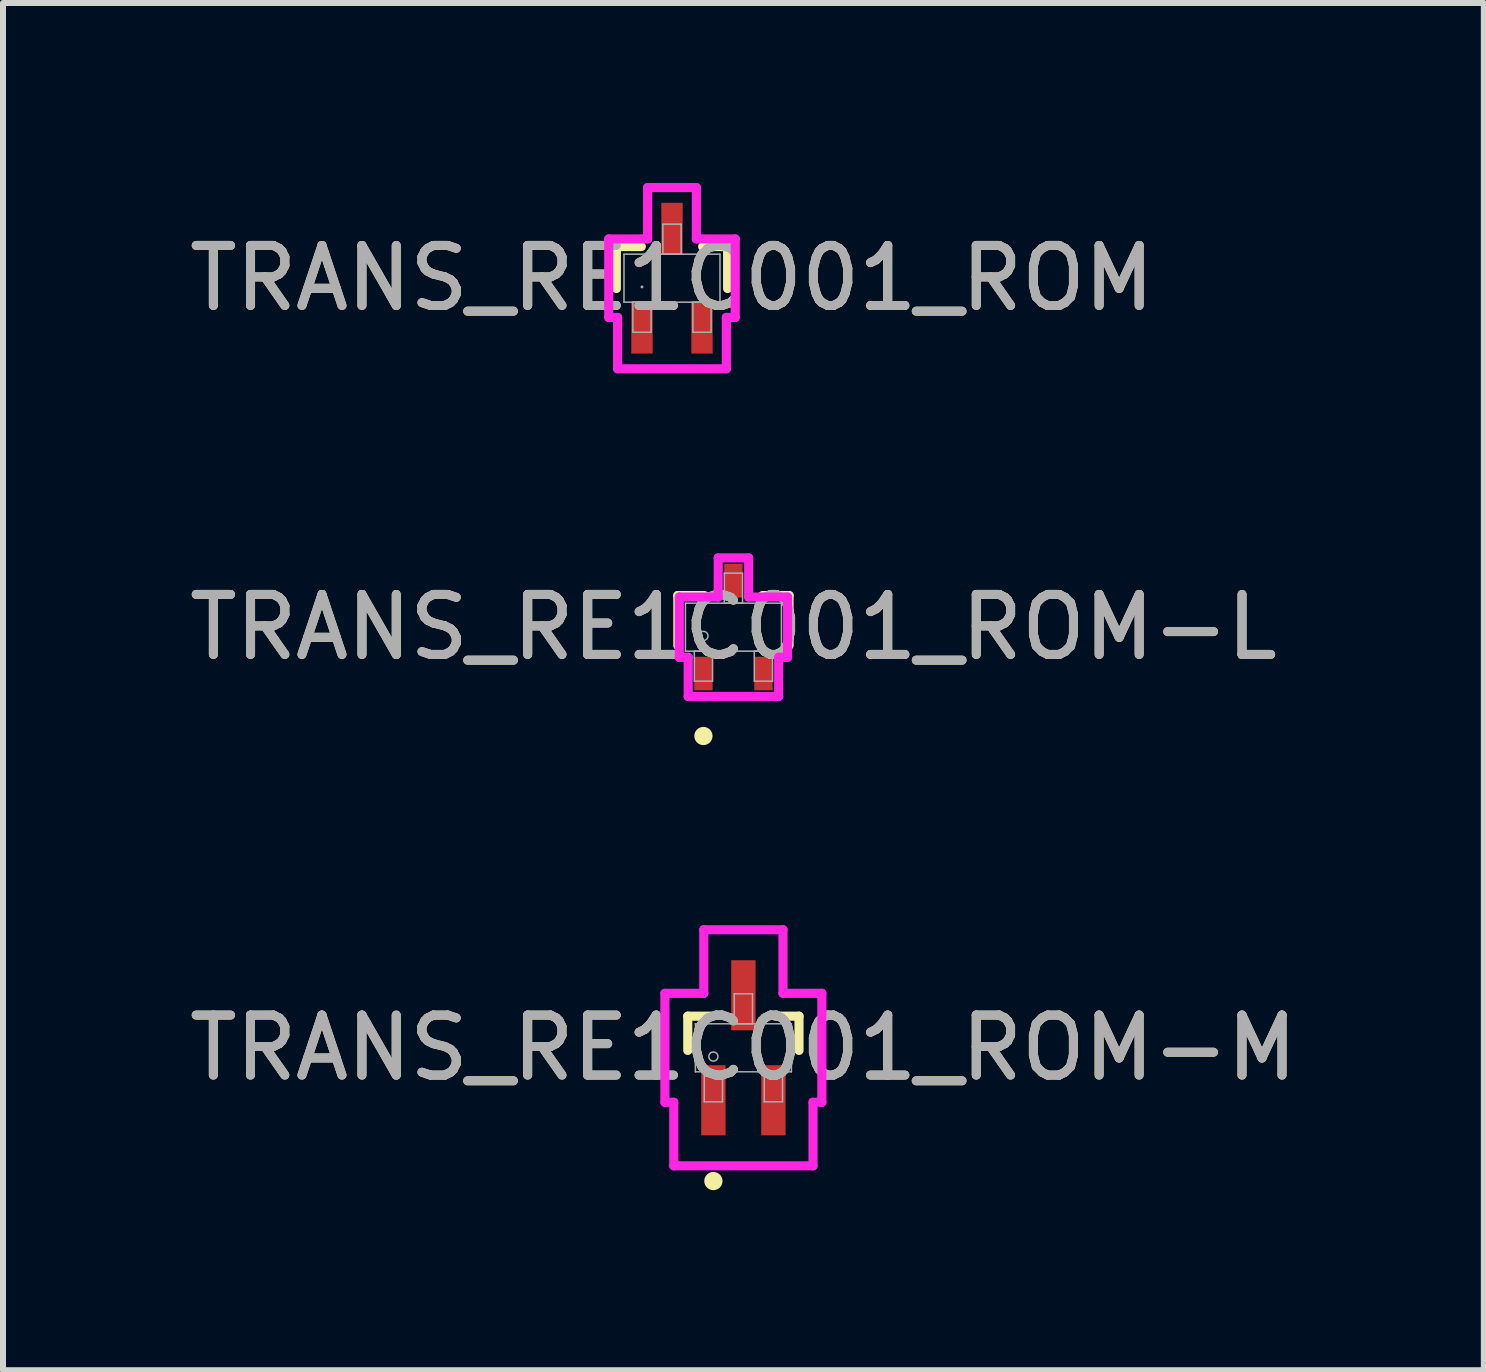
<source format=kicad_pcb>
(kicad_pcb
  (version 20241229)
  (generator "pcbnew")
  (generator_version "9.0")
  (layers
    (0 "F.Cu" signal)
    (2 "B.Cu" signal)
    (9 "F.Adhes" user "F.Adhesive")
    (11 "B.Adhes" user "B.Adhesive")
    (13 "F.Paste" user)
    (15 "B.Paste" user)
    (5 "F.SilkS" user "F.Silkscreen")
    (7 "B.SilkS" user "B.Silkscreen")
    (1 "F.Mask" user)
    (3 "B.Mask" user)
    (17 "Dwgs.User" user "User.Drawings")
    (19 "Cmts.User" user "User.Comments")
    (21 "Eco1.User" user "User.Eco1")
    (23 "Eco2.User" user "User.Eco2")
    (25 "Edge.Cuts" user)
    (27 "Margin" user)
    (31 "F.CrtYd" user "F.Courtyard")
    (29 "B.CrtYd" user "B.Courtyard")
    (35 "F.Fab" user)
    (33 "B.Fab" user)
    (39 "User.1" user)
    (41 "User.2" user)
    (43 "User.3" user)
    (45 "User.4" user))
  (footprint "TRANS_RE1C001_ROM-L"
    (layer "F.Cu")
    (at 9.173 7.402)
    (property "Reference" "TRANS_RE1C001_ROM-L" (at 0 0 0) (unlocked yes) (layer "F.SilkS") (effects (font (size 1 1) (thickness 0.15))))
    (attr smd)
    (fp_line (start -0.927 -0.527) (end -0.927 0.306) (stroke (width 0.152) (type solid)) (layer "F.SilkS"))
    (fp_line (start -0.485 -0.527) (end -0.927 -0.527) (stroke (width 0.152) (type solid)) (layer "F.SilkS"))
    (fp_line (start 0.927 -0.527) (end 0.485 -0.527) (stroke (width 0.152) (type solid)) (layer "F.SilkS"))
    (fp_line (start 0.927 0.306) (end 0.927 -0.527) (stroke (width 0.152) (type solid)) (layer "F.SilkS"))
    (fp_circle (center -0.5 1.814) (end -0.424 1.814) (stroke (width 0.152) (type solid)) (fill no) (layer "F.SilkS"))
    (fp_line (start -0.902 -0.502) (end -0.254 -0.502) (stroke (width 0.152) (type solid)) (layer "F.CrtYd"))
    (fp_line (start -0.902 0.502) (end -0.902 -0.502) (stroke (width 0.152) (type solid)) (layer "F.CrtYd"))
    (fp_line (start -0.902 0.502) (end -0.754 0.502) (stroke (width 0.152) (type solid)) (layer "F.CrtYd"))
    (fp_line (start -0.754 0.502) (end -0.754 1.154) (stroke (width 0.152) (type solid)) (layer "F.CrtYd"))
    (fp_line (start -0.754 1.154) (end 0.754 1.154) (stroke (width 0.152) (type solid)) (layer "F.CrtYd"))
    (fp_line (start -0.254 -1.154) (end 0.254 -1.154) (stroke (width 0.152) (type solid)) (layer "F.CrtYd"))
    (fp_line (start -0.254 -0.502) (end -0.254 -1.154) (stroke (width 0.152) (type solid)) (layer "F.CrtYd"))
    (fp_line (start 0.254 -0.502) (end 0.254 -1.154) (stroke (width 0.152) (type solid)) (layer "F.CrtYd"))
    (fp_line (start 0.754 0.502) (end 0.754 1.154) (stroke (width 0.152) (type solid)) (layer "F.CrtYd"))
    (fp_line (start 0.902 -0.502) (end 0.254 -0.502) (stroke (width 0.152) (type solid)) (layer "F.CrtYd"))
    (fp_line (start 0.902 -0.502) (end 0.902 0.502) (stroke (width 0.152) (type solid)) (layer "F.CrtYd"))
    (fp_line (start 0.902 0.502) (end 0.754 0.502) (stroke (width 0.152) (type solid)) (layer "F.CrtYd"))
    (fp_line (start -0.8 -0.4) (end -0.8 0.4) (stroke (width 0.025) (type solid)) (layer "F.Fab"))
    (fp_line (start -0.8 0.4) (end 0.8 0.4) (stroke (width 0.025) (type solid)) (layer "F.Fab"))
    (fp_line (start -0.652 0.4) (end -0.652 0.9) (stroke (width 0.025) (type solid)) (layer "F.Fab"))
    (fp_line (start -0.652 0.9) (end -0.348 0.9) (stroke (width 0.025) (type solid)) (layer "F.Fab"))
    (fp_line (start -0.348 0.4) (end -0.652 0.4) (stroke (width 0.025) (type solid)) (layer "F.Fab"))
    (fp_line (start -0.348 0.9) (end -0.348 0.4) (stroke (width 0.025) (type solid)) (layer "F.Fab"))
    (fp_line (start -0.152 -0.9) (end -0.152 -0.4) (stroke (width 0.025) (type solid)) (layer "F.Fab"))
    (fp_line (start -0.152 -0.4) (end 0.152 -0.4) (stroke (width 0.025) (type solid)) (layer "F.Fab"))
    (fp_line (start 0.152 -0.9) (end -0.152 -0.9) (stroke (width 0.025) (type solid)) (layer "F.Fab"))
    (fp_line (start 0.152 -0.4) (end 0.152 -0.9) (stroke (width 0.025) (type solid)) (layer "F.Fab"))
    (fp_line (start 0.348 0.4) (end 0.348 0.9) (stroke (width 0.025) (type solid)) (layer "F.Fab"))
    (fp_line (start 0.348 0.9) (end 0.652 0.9) (stroke (width 0.025) (type solid)) (layer "F.Fab"))
    (fp_line (start 0.652 0.4) (end 0.348 0.4) (stroke (width 0.025) (type solid)) (layer "F.Fab"))
    (fp_line (start 0.652 0.9) (end 0.652 0.4) (stroke (width 0.025) (type solid)) (layer "F.Fab"))
    (fp_line (start 0.8 -0.4) (end -0.8 -0.4) (stroke (width 0.025) (type solid)) (layer "F.Fab"))
    (fp_line (start 0.8 0.4) (end 0.8 -0.4) (stroke (width 0.025) (type solid)) (layer "F.Fab"))
    (fp_circle (center -0.5 0.146) (end -0.424 0.146) (stroke (width 0.025) (type solid)) (fill no) (layer "F.Fab"))
    (fp_text user "${REFERENCE}" (at 0 0 0) (unlocked yes) (layer "F.Fab") (effects (font (size 1 1) (thickness 0.15))))
    (pad "1" smd rect (at -0.5 0.773) (size 0.305 0.559) (layers "F.Cu" "F.Mask" "F.Paste"))
    (pad "2" smd rect (at 0.5 0.773) (size 0.305 0.559) (layers "F.Cu" "F.Mask" "F.Paste"))
    (pad "3" smd rect (at 0 -0.773) (size 0.305 0.559) (layers "F.Cu" "F.Mask" "F.Paste")))
  (footprint "TRANS_RE1C001_ROM-M"
    (layer "F.Cu")
    (at 9.339 14.412)
    (property "Reference" "TRANS_RE1C001_ROM-M" (at 0 0 0) (unlocked yes) (layer "F.SilkS") (effects (font (size 1 1) (thickness 0.15))))
    (attr smd)
    (fp_line (start -0.927 -0.527) (end -0.927 0.044) (stroke (width 0.152) (type solid)) (layer "F.SilkS"))
    (fp_line (start -0.536 -0.527) (end -0.927 -0.527) (stroke (width 0.152) (type solid)) (layer "F.SilkS"))
    (fp_line (start 0.927 -0.527) (end 0.536 -0.527) (stroke (width 0.152) (type solid)) (layer "F.SilkS"))
    (fp_line (start 0.927 0.044) (end 0.927 -0.527) (stroke (width 0.152) (type solid)) (layer "F.SilkS"))
    (fp_circle (center -0.5 2.221) (end -0.424 2.221) (stroke (width 0.152) (type solid)) (fill no) (layer "F.SilkS"))
    (fp_line (start -1.308 -0.908) (end -0.66 -0.908) (stroke (width 0.152) (type solid)) (layer "F.CrtYd"))
    (fp_line (start -1.308 0.908) (end -1.308 -0.908) (stroke (width 0.152) (type solid)) (layer "F.CrtYd"))
    (fp_line (start -1.308 0.908) (end -1.16 0.908) (stroke (width 0.152) (type solid)) (layer "F.CrtYd"))
    (fp_line (start -1.16 0.908) (end -1.16 1.967) (stroke (width 0.152) (type solid)) (layer "F.CrtYd"))
    (fp_line (start -1.16 1.967) (end 1.16 1.967) (stroke (width 0.152) (type solid)) (layer "F.CrtYd"))
    (fp_line (start -0.66 -1.967) (end 0.66 -1.967) (stroke (width 0.152) (type solid)) (layer "F.CrtYd"))
    (fp_line (start -0.66 -0.908) (end -0.66 -1.967) (stroke (width 0.152) (type solid)) (layer "F.CrtYd"))
    (fp_line (start 0.66 -0.908) (end 0.66 -1.967) (stroke (width 0.152) (type solid)) (layer "F.CrtYd"))
    (fp_line (start 1.16 0.908) (end 1.16 1.967) (stroke (width 0.152) (type solid)) (layer "F.CrtYd"))
    (fp_line (start 1.308 -0.908) (end 0.66 -0.908) (stroke (width 0.152) (type solid)) (layer "F.CrtYd"))
    (fp_line (start 1.308 -0.908) (end 1.308 0.908) (stroke (width 0.152) (type solid)) (layer "F.CrtYd"))
    (fp_line (start 1.308 0.908) (end 1.16 0.908) (stroke (width 0.152) (type solid)) (layer "F.CrtYd"))
    (fp_line (start -0.8 -0.4) (end -0.8 0.4) (stroke (width 0.025) (type solid)) (layer "F.Fab"))
    (fp_line (start -0.8 0.4) (end 0.8 0.4) (stroke (width 0.025) (type solid)) (layer "F.Fab"))
    (fp_line (start -0.652 0.4) (end -0.652 0.9) (stroke (width 0.025) (type solid)) (layer "F.Fab"))
    (fp_line (start -0.652 0.9) (end -0.348 0.9) (stroke (width 0.025) (type solid)) (layer "F.Fab"))
    (fp_line (start -0.348 0.4) (end -0.652 0.4) (stroke (width 0.025) (type solid)) (layer "F.Fab"))
    (fp_line (start -0.348 0.9) (end -0.348 0.4) (stroke (width 0.025) (type solid)) (layer "F.Fab"))
    (fp_line (start -0.152 -0.9) (end -0.152 -0.4) (stroke (width 0.025) (type solid)) (layer "F.Fab"))
    (fp_line (start -0.152 -0.4) (end 0.152 -0.4) (stroke (width 0.025) (type solid)) (layer "F.Fab"))
    (fp_line (start 0.152 -0.9) (end -0.152 -0.9) (stroke (width 0.025) (type solid)) (layer "F.Fab"))
    (fp_line (start 0.152 -0.4) (end 0.152 -0.9) (stroke (width 0.025) (type solid)) (layer "F.Fab"))
    (fp_line (start 0.348 0.4) (end 0.348 0.9) (stroke (width 0.025) (type solid)) (layer "F.Fab"))
    (fp_line (start 0.348 0.9) (end 0.652 0.9) (stroke (width 0.025) (type solid)) (layer "F.Fab"))
    (fp_line (start 0.652 0.4) (end 0.348 0.4) (stroke (width 0.025) (type solid)) (layer "F.Fab"))
    (fp_line (start 0.652 0.9) (end 0.652 0.4) (stroke (width 0.025) (type solid)) (layer "F.Fab"))
    (fp_line (start 0.8 -0.4) (end -0.8 -0.4) (stroke (width 0.025) (type solid)) (layer "F.Fab"))
    (fp_line (start 0.8 0.4) (end 0.8 -0.4) (stroke (width 0.025) (type solid)) (layer "F.Fab"))
    (fp_circle (center -0.5 0.146) (end -0.424 0.146) (stroke (width 0.025) (type solid)) (fill no) (layer "F.Fab"))
    (fp_text user "${REFERENCE}" (at 0 0 0) (unlocked yes) (layer "F.Fab") (effects (font (size 1 1) (thickness 0.15))))
    (pad "1" smd rect (at -0.5 0.875) (size 0.406 1.168) (layers "F.Cu" "F.Mask" "F.Paste"))
    (pad "2" smd rect (at 0.5 0.875) (size 0.406 1.168) (layers "F.Cu" "F.Mask" "F.Paste"))
    (pad "3" smd rect (at 0 -0.875) (size 0.406 1.168) (layers "F.Cu" "F.Mask" "F.Paste")))
  (footprint "TRANS_RE1C001_ROM"
    (layer "F.Cu")
    (at 8.149 1.586)
    (property "Reference" "TRANS_RE1C001_ROM" (at 0 0 0) (unlocked yes) (layer "F.SilkS") (effects (font (size 1 1) (thickness 0.15))))
    (attr smd)
    (fp_line (start -0.927 -0.527) (end -0.927 0.172) (stroke (width 0.152) (type solid)) (layer "F.SilkS"))
    (fp_line (start -0.511 -0.527) (end -0.927 -0.527) (stroke (width 0.152) (type solid)) (layer "F.SilkS"))
    (fp_line (start 0.927 -0.527) (end 0.511 -0.527) (stroke (width 0.152) (type solid)) (layer "F.SilkS"))
    (fp_line (start 0.927 0.172) (end 0.927 -0.527) (stroke (width 0.152) (type solid)) (layer "F.SilkS"))
    (fp_line (start -1.054 -0.654) (end -0.406 -0.654) (stroke (width 0.152) (type solid)) (layer "F.CrtYd"))
    (fp_line (start -1.054 0.654) (end -1.054 -0.654) (stroke (width 0.152) (type solid)) (layer "F.CrtYd"))
    (fp_line (start -1.054 0.654) (end -0.906 0.654) (stroke (width 0.152) (type solid)) (layer "F.CrtYd"))
    (fp_line (start -0.906 0.654) (end -0.906 1.51) (stroke (width 0.152) (type solid)) (layer "F.CrtYd"))
    (fp_line (start -0.906 1.51) (end 0.906 1.51) (stroke (width 0.152) (type solid)) (layer "F.CrtYd"))
    (fp_line (start -0.406 -1.51) (end 0.406 -1.51) (stroke (width 0.152) (type solid)) (layer "F.CrtYd"))
    (fp_line (start -0.406 -0.654) (end -0.406 -1.51) (stroke (width 0.152) (type solid)) (layer "F.CrtYd"))
    (fp_line (start 0.406 -0.654) (end 0.406 -1.51) (stroke (width 0.152) (type solid)) (layer "F.CrtYd"))
    (fp_line (start 0.906 0.654) (end 0.906 1.51) (stroke (width 0.152) (type solid)) (layer "F.CrtYd"))
    (fp_line (start 1.054 -0.654) (end 0.406 -0.654) (stroke (width 0.152) (type solid)) (layer "F.CrtYd"))
    (fp_line (start 1.054 -0.654) (end 1.054 0.654) (stroke (width 0.152) (type solid)) (layer "F.CrtYd"))
    (fp_line (start 1.054 0.654) (end 0.906 0.654) (stroke (width 0.152) (type solid)) (layer "F.CrtYd"))
    (fp_line (start -0.8 -0.4) (end -0.8 0.4) (stroke (width 0.025) (type solid)) (layer "F.Fab"))
    (fp_line (start -0.8 0.4) (end 0.8 0.4) (stroke (width 0.025) (type solid)) (layer "F.Fab"))
    (fp_line (start -0.652 0.4) (end -0.652 0.9) (stroke (width 0.025) (type solid)) (layer "F.Fab"))
    (fp_line (start -0.652 0.9) (end -0.348 0.9) (stroke (width 0.025) (type solid)) (layer "F.Fab"))
    (fp_line (start -0.348 0.4) (end -0.652 0.4) (stroke (width 0.025) (type solid)) (layer "F.Fab"))
    (fp_line (start -0.348 0.9) (end -0.348 0.4) (stroke (width 0.025) (type solid)) (layer "F.Fab"))
    (fp_line (start -0.152 -0.9) (end -0.152 -0.4) (stroke (width 0.025) (type solid)) (layer "F.Fab"))
    (fp_line (start -0.152 -0.4) (end 0.152 -0.4) (stroke (width 0.025) (type solid)) (layer "F.Fab"))
    (fp_line (start 0.152 -0.9) (end -0.152 -0.9) (stroke (width 0.025) (type solid)) (layer "F.Fab"))
    (fp_line (start 0.152 -0.4) (end 0.152 -0.9) (stroke (width 0.025) (type solid)) (layer "F.Fab"))
    (fp_line (start 0.348 0.4) (end 0.348 0.9) (stroke (width 0.025) (type solid)) (layer "F.Fab"))
    (fp_line (start 0.348 0.9) (end 0.652 0.9) (stroke (width 0.025) (type solid)) (layer "F.Fab"))
    (fp_line (start 0.652 0.4) (end 0.348 0.4) (stroke (width 0.025) (type solid)) (layer "F.Fab"))
    (fp_line (start 0.652 0.9) (end 0.652 0.4) (stroke (width 0.025) (type solid)) (layer "F.Fab"))
    (fp_line (start 0.8 -0.4) (end -0.8 -0.4) (stroke (width 0.025) (type solid)) (layer "F.Fab"))
    (fp_line (start 0.8 0.4) (end 0.8 -0.4) (stroke (width 0.025) (type solid)) (layer "F.Fab"))
    (fp_circle (center -0.5 0.146) (end -0.5 0.146) (stroke (width 0.025) (type solid)) (fill no) (layer "F.Fab"))
    (fp_text user "${REFERENCE}" (at 0 0 0) (unlocked yes) (layer "F.Fab") (effects (font (size 1 1) (thickness 0.15))))
    (pad "1" smd rect (at -0.5 0.824) (size 0.356 0.864) (layers "F.Cu" "F.Mask" "F.Paste"))
    (pad "2" smd rect (at 0.5 0.824) (size 0.356 0.864) (layers "F.Cu" "F.Mask" "F.Paste"))
    (pad "3" smd rect (at 0 -0.824) (size 0.356 0.864) (layers "F.Cu" "F.Mask" "F.Paste")))
  (gr_rect
    (start -3 -3)
    (end 21.679 19.785)
    (stroke (width 0.1) (type default))
    (fill no)
    (layer "Edge.Cuts")))
</source>
